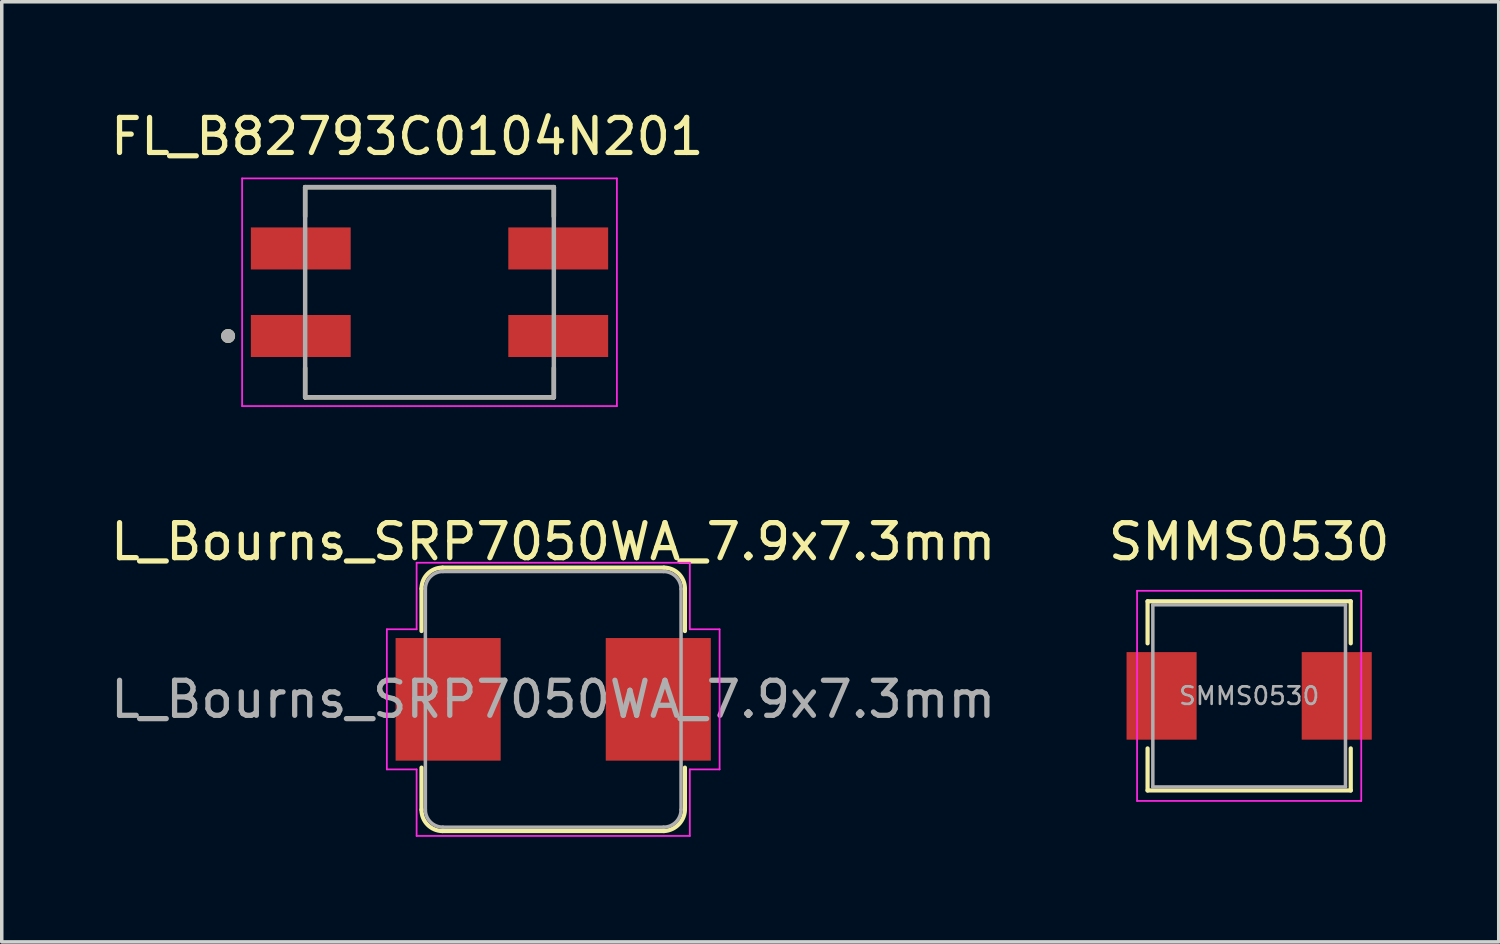
<source format=kicad_pcb>
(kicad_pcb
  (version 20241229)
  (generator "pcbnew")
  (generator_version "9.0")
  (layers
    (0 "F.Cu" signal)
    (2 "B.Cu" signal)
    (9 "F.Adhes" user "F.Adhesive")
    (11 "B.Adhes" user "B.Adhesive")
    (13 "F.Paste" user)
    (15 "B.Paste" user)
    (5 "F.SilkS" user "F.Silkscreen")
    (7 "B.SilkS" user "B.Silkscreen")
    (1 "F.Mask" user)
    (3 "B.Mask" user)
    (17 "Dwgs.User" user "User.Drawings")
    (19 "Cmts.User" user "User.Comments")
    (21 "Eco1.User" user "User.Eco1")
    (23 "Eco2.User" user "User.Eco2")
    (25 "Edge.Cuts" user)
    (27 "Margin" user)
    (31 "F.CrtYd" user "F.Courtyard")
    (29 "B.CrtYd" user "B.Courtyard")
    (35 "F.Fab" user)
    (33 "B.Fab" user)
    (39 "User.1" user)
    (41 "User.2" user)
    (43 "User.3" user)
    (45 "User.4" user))
  (footprint "FL_B82793C0104N201"
    (layer "F.Cu")
    (at 9.212 5.293)
    (property "Reference" "FL_B82793C0104N201" (at -0.635 -4.445 0) (layer "F.SilkS") (effects (font (size 1 1) (thickness 0.15))))
    (attr smd)
    (fp_line (start -3.55 -3) (end -3.55 -2.163) (stroke (width 0.127) (type solid)) (layer "F.SilkS"))
    (fp_line (start -3.55 -3) (end 3.55 -3) (stroke (width 0.127) (type solid)) (layer "F.SilkS"))
    (fp_line (start -3.55 3) (end -3.55 2.163) (stroke (width 0.127) (type solid)) (layer "F.SilkS"))
    (fp_line (start -3.55 3) (end 3.55 3) (stroke (width 0.127) (type solid)) (layer "F.SilkS"))
    (fp_line (start 3.55 -3) (end 3.55 -2.163) (stroke (width 0.127) (type solid)) (layer "F.SilkS"))
    (fp_line (start 3.55 3) (end 3.55 2.163) (stroke (width 0.127) (type solid)) (layer "F.SilkS"))
    (fp_circle (center -5.75 1.25) (end -5.65 1.25) (stroke (width 0.2) (type solid)) (fill no) (layer "F.SilkS"))
    (fp_line (start -5.35 -3.25) (end -5.35 3.25) (stroke (width 0.05) (type solid)) (layer "F.CrtYd"))
    (fp_line (start -5.35 3.25) (end 5.35 3.25) (stroke (width 0.05) (type solid)) (layer "F.CrtYd"))
    (fp_line (start 5.35 -3.25) (end -5.35 -3.25) (stroke (width 0.05) (type solid)) (layer "F.CrtYd"))
    (fp_line (start 5.35 3.25) (end 5.35 -3.25) (stroke (width 0.05) (type solid)) (layer "F.CrtYd"))
    (fp_line (start -3.55 -3) (end 3.55 -3) (stroke (width 0.127) (type solid)) (layer "F.Fab"))
    (fp_line (start -3.55 3) (end -3.55 -3) (stroke (width 0.127) (type solid)) (layer "F.Fab"))
    (fp_line (start 3.55 -3) (end 3.55 3) (stroke (width 0.127) (type solid)) (layer "F.Fab"))
    (fp_line (start 3.55 3) (end -3.55 3) (stroke (width 0.127) (type solid)) (layer "F.Fab"))
    (fp_circle (center -5.75 1.25) (end -5.65 1.25) (stroke (width 0.2) (type solid)) (fill no) (layer "F.Fab"))
    (pad "1" smd rect (at -3.675 1.25) (size 2.85 1.2) (layers "F.Cu" "F.Mask" "F.Paste"))
    (pad "2" smd rect (at 3.675 1.25) (size 2.85 1.2) (layers "F.Cu" "F.Mask" "F.Paste"))
    (pad "3" smd rect (at 3.675 -1.25) (size 2.85 1.2) (layers "F.Cu" "F.Mask" "F.Paste"))
    (pad "4" smd rect (at -3.675 -1.25) (size 2.85 1.2) (layers "F.Cu" "F.Mask" "F.Paste")))
  (footprint "SMMS0530"
    (layer "F.Cu")
    (at 32.613 16.817)
    (property "Reference" "SMMS0530" (at 0 -4.4 0) (layer "F.SilkS") (effects (font (size 1 1) (thickness 0.15))))
    (attr smd)
    (fp_line (start -2.9 -2.7) (end -2.9 -1.5) (stroke (width 0.12) (type solid)) (layer "F.SilkS"))
    (fp_line (start -2.9 -2.7) (end 2.9 -2.7) (stroke (width 0.12) (type solid)) (layer "F.SilkS"))
    (fp_line (start -2.9 2.7) (end -2.9 1.5) (stroke (width 0.12) (type solid)) (layer "F.SilkS"))
    (fp_line (start -2.9 2.7) (end 2.9 2.7) (stroke (width 0.12) (type solid)) (layer "F.SilkS"))
    (fp_line (start 2.9 -2.7) (end 2.9 -1.5) (stroke (width 0.12) (type solid)) (layer "F.SilkS"))
    (fp_line (start 2.9 2.7) (end 2.9 1.5) (stroke (width 0.12) (type solid)) (layer "F.SilkS"))
    (fp_line (start -3.2 -3) (end -3.2 3) (stroke (width 0.05) (type solid)) (layer "F.CrtYd"))
    (fp_line (start -3.2 3) (end 3.2 3) (stroke (width 0.05) (type solid)) (layer "F.CrtYd"))
    (fp_line (start 3.2 -3) (end -3.2 -3) (stroke (width 0.05) (type solid)) (layer "F.CrtYd"))
    (fp_line (start 3.2 3) (end 3.2 -3) (stroke (width 0.05) (type solid)) (layer "F.CrtYd"))
    (fp_line (start -2.75 -2.6) (end -2.75 2.6) (stroke (width 0.1) (type solid)) (layer "F.Fab"))
    (fp_line (start -2.75 2.6) (end 2.75 2.6) (stroke (width 0.1) (type solid)) (layer "F.Fab"))
    (fp_line (start 2.75 -2.6) (end -2.75 -2.6) (stroke (width 0.1) (type solid)) (layer "F.Fab"))
    (fp_line (start 2.75 2.6) (end 2.75 -2.6) (stroke (width 0.1) (type solid)) (layer "F.Fab"))
    (fp_text user "${REFERENCE}" (at 0 0 0) (layer "F.Fab") (effects (font (size 0.5 0.5) (thickness 0.075))))
    (pad "1" smd rect (at -2.5 0) (size 2 2.5) (layers "F.Cu" "F.Mask" "F.Paste"))
    (pad "2" smd rect (at 2.5 0) (size 2 2.5) (layers "F.Cu" "F.Mask" "F.Paste")))
  (footprint "L_Bourns_SRP7050WA_7.9x7.3mm"
    (layer "F.Cu")
    (at 12.744 16.916)
    (property "Reference" "L_Bourns_SRP7050WA_7.9x7.3mm" (at 0 -4.5 0) (layer "F.SilkS") (effects (font (size 1 1) (thickness 0.15))))
    (attr smd)
    (fp_line (start -3.76 -1.95) (end -3.76 -3.16) (stroke (width 0.12) (type solid)) (layer "F.SilkS"))
    (fp_line (start -3.76 3.15) (end -3.76 1.95) (stroke (width 0.12) (type solid)) (layer "F.SilkS"))
    (fp_line (start -3.16 -3.76) (end 3.16 -3.76) (stroke (width 0.12) (type solid)) (layer "F.SilkS"))
    (fp_line (start 3.16 3.76) (end -3.16 3.76) (stroke (width 0.12) (type solid)) (layer "F.SilkS"))
    (fp_line (start 3.76 -3.16) (end 3.76 -1.95) (stroke (width 0.12) (type solid)) (layer "F.SilkS"))
    (fp_line (start 3.76 1.95) (end 3.76 3.1) (stroke (width 0.12) (type solid)) (layer "F.SilkS"))
    (fp_arc (start -3.76 -3.16) (mid -3.584264 -3.584264) (end -3.16 -3.76) (stroke (width 0.12) (type solid)) (layer "F.SilkS"))
    (fp_arc (start -3.16 3.76) (mid -3.586334 3.579263) (end -3.76 3.15) (stroke (width 0.12) (type solid)) (layer "F.SilkS"))
    (fp_arc (start 3.16 -3.76) (mid 3.584264 -3.584264) (end 3.76 -3.16) (stroke (width 0.12) (type solid)) (layer "F.SilkS"))
    (fp_arc (start 3.76 3.1) (mid 3.59669 3.554264) (end 3.16 3.76) (stroke (width 0.12) (type solid)) (layer "F.SilkS"))
    (fp_line (start -4.75 -2) (end -3.9 -2) (stroke (width 0.05) (type solid)) (layer "F.CrtYd"))
    (fp_line (start -4.75 2) (end -4.75 -2) (stroke (width 0.05) (type solid)) (layer "F.CrtYd"))
    (fp_line (start -3.9 -3.9) (end 3.9 -3.9) (stroke (width 0.05) (type solid)) (layer "F.CrtYd"))
    (fp_line (start -3.9 -2) (end -3.9 -3.9) (stroke (width 0.05) (type solid)) (layer "F.CrtYd"))
    (fp_line (start -3.9 2) (end -4.75 2) (stroke (width 0.05) (type solid)) (layer "F.CrtYd"))
    (fp_line (start -3.9 3.9) (end -3.9 2) (stroke (width 0.05) (type solid)) (layer "F.CrtYd"))
    (fp_line (start 3.9 -3.9) (end 3.9 -2) (stroke (width 0.05) (type solid)) (layer "F.CrtYd"))
    (fp_line (start 3.9 -2) (end 4.75 -2) (stroke (width 0.05) (type solid)) (layer "F.CrtYd"))
    (fp_line (start 3.9 2) (end 3.9 3.9) (stroke (width 0.05) (type solid)) (layer "F.CrtYd"))
    (fp_line (start 3.9 3.9) (end -3.9 3.9) (stroke (width 0.05) (type solid)) (layer "F.CrtYd"))
    (fp_line (start 4.75 -2) (end 4.75 2) (stroke (width 0.05) (type solid)) (layer "F.CrtYd"))
    (fp_line (start 4.75 2) (end 3.9 2) (stroke (width 0.05) (type solid)) (layer "F.CrtYd"))
    (fp_line (start -3.65 3.15) (end -3.65 -3.15) (stroke (width 0.1) (type solid)) (layer "F.Fab"))
    (fp_line (start -3.15 -3.65) (end 3.15 -3.65) (stroke (width 0.1) (type solid)) (layer "F.Fab"))
    (fp_line (start 3.15 3.65) (end -3.15 3.65) (stroke (width 0.1) (type solid)) (layer "F.Fab"))
    (fp_line (start 3.65 -3.15) (end 3.65 3.15) (stroke (width 0.1) (type solid)) (layer "F.Fab"))
    (fp_arc (start -3.65 -3.15) (mid -3.503553 -3.503553) (end -3.15 -3.65) (stroke (width 0.1) (type solid)) (layer "F.Fab"))
    (fp_arc (start -3.15 3.65) (mid -3.503553 3.503553) (end -3.65 3.15) (stroke (width 0.1) (type solid)) (layer "F.Fab"))
    (fp_arc (start 3.15 -3.65) (mid 3.503553 -3.503553) (end 3.65 -3.15) (stroke (width 0.1) (type solid)) (layer "F.Fab"))
    (fp_arc (start 3.65 3.15) (mid 3.503553 3.503553) (end 3.15 3.65) (stroke (width 0.1) (type solid)) (layer "F.Fab"))
    (fp_text user "${REFERENCE}" (at 0 0 0) (layer "F.Fab") (effects (font (size 1 1) (thickness 0.15))))
    (pad "1" smd rect (at -3 0) (size 3 3.5) (layers "F.Cu" "F.Mask" "F.Paste"))
    (pad "2" smd rect (at 3 0) (size 3 3.5) (layers "F.Cu" "F.Mask" "F.Paste")))
  (gr_rect
    (start -3 -3)
    (end 39.738 23.841)
    (stroke (width 0.1) (type default))
    (fill no)
    (layer "Edge.Cuts")))
</source>
